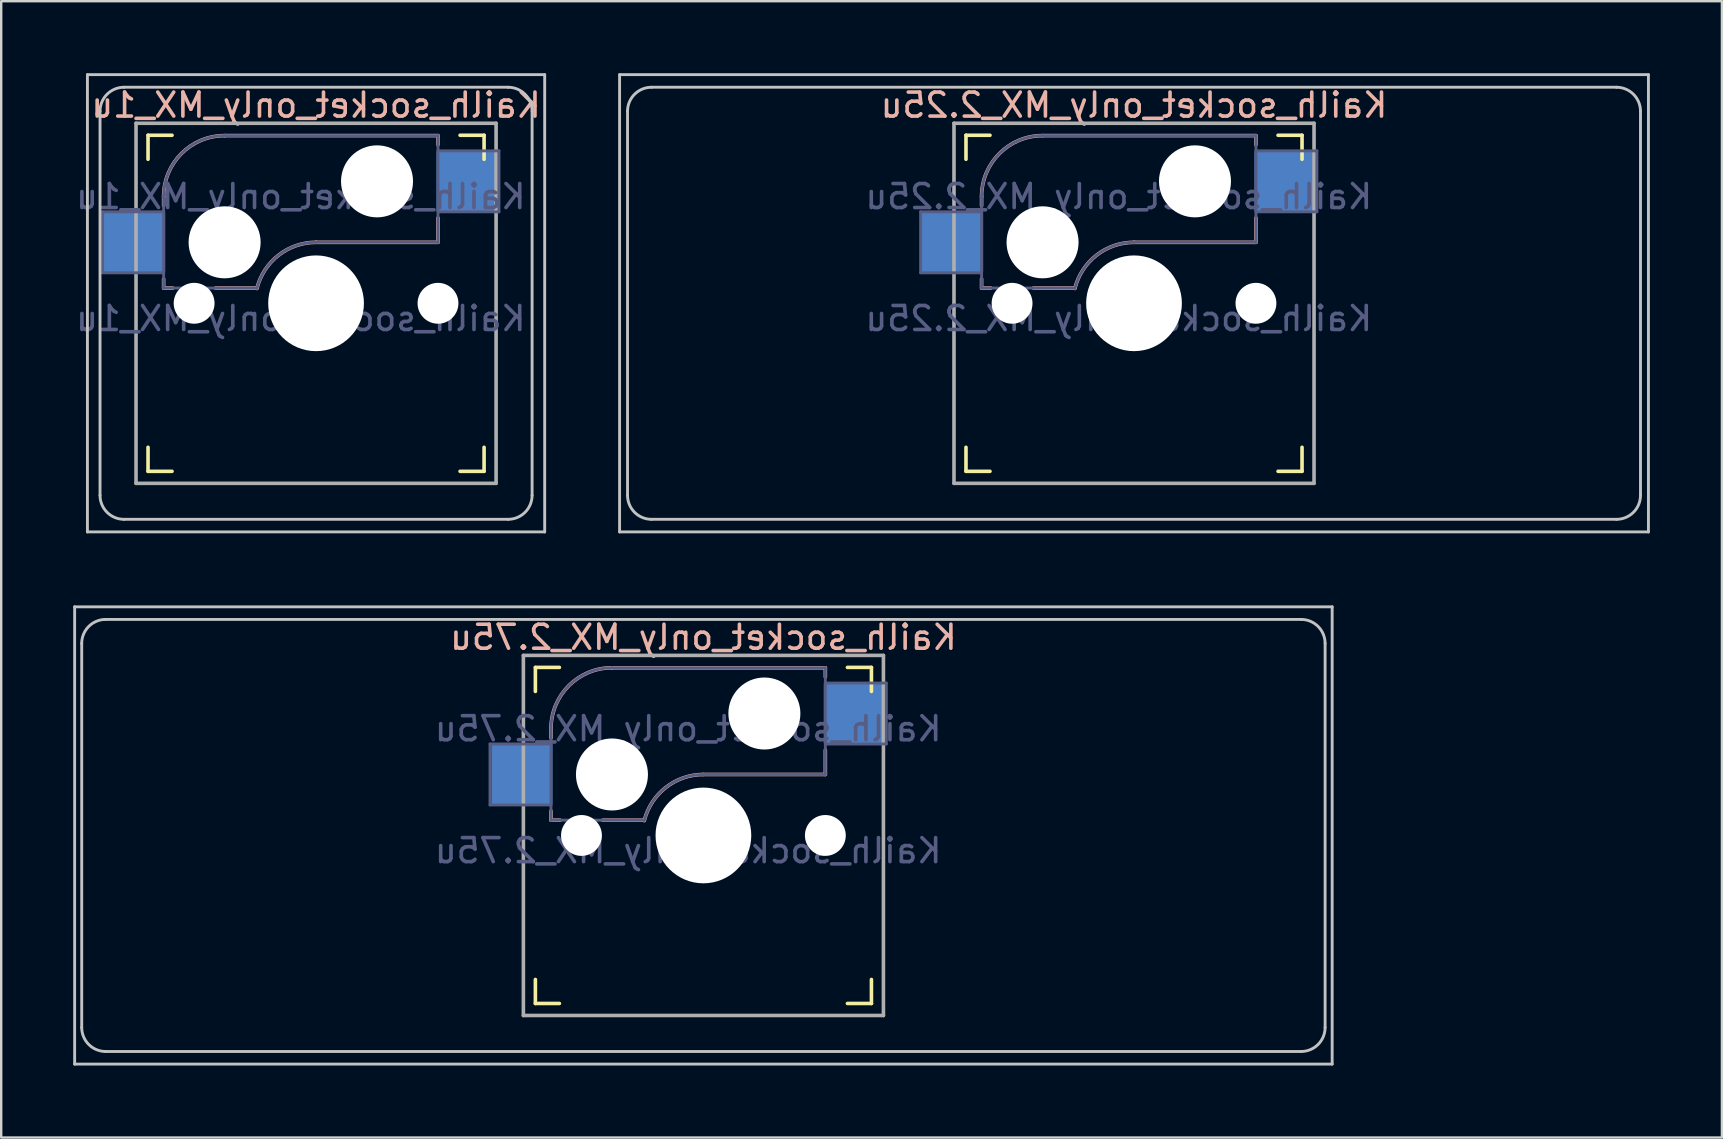
<source format=kicad_pcb>
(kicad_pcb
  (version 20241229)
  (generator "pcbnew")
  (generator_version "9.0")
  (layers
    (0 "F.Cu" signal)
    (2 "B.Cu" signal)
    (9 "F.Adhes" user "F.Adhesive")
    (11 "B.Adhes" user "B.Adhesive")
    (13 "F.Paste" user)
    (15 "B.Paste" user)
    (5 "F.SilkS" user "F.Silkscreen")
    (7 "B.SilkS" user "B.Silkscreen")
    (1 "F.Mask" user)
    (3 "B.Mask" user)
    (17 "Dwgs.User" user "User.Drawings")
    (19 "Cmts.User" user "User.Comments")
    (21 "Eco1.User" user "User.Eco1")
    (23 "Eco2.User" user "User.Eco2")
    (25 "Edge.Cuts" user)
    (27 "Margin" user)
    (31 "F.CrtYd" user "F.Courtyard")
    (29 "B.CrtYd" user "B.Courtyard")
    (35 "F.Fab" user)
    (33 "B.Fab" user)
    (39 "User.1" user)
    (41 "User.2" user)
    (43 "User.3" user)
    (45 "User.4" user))
  (footprint "Kailh_socket_only_MX_1u"
    (layer "F.Cu")
    (at 10.117 9.585)
    (property "Reference" "Kailh_socket_only_MX_1u" (at 0 -8.255 0) (layer "B.SilkS") (effects (font (size 1 1) (thickness 0.15)) (justify mirror)))
    (property "Value" "Kailh_socket_only_MX_1u" (at 0 8.255 0) (layer "F.Fab") (hide yes) (effects (font (size 1 1) (thickness 0.15))))
    (attr smd)
    (fp_line (start -7 -6) (end -7 -7) (stroke (width 0.15) (type solid)) (layer "F.SilkS"))
    (fp_line (start -7 7) (end -7 6) (stroke (width 0.15) (type solid)) (layer "F.SilkS"))
    (fp_line (start -7 7) (end -6 7) (stroke (width 0.15) (type solid)) (layer "F.SilkS"))
    (fp_line (start -6 -7) (end -7 -7) (stroke (width 0.15) (type solid)) (layer "F.SilkS"))
    (fp_line (start 6 7) (end 7 7) (stroke (width 0.15) (type solid)) (layer "F.SilkS"))
    (fp_line (start 7 -7) (end 6 -7) (stroke (width 0.15) (type solid)) (layer "F.SilkS"))
    (fp_line (start 7 -7) (end 7 -6) (stroke (width 0.15) (type solid)) (layer "F.SilkS"))
    (fp_line (start 7 6) (end 7 7) (stroke (width 0.15) (type solid)) (layer "F.SilkS"))
    (fp_line (start -6.35 -4.445) (end -6.35 -4.064) (stroke (width 0.15) (type solid)) (layer "B.SilkS"))
    (fp_line (start -6.35 -1.016) (end -6.35 -0.635) (stroke (width 0.15) (type solid)) (layer "B.SilkS"))
    (fp_line (start -5.969 -0.635) (end -6.35 -0.635) (stroke (width 0.15) (type solid)) (layer "B.SilkS"))
    (fp_line (start -3.81 -6.985) (end 5.08 -6.985) (stroke (width 0.15) (type solid)) (layer "B.SilkS"))
    (fp_line (start -2.464 -0.635) (end -4.191 -0.635) (stroke (width 0.15) (type solid)) (layer "B.SilkS"))
    (fp_line (start 5.08 -6.985) (end 5.08 -6.604) (stroke (width 0.15) (type solid)) (layer "B.SilkS"))
    (fp_line (start 5.08 -3.556) (end 5.08 -2.54) (stroke (width 0.15) (type solid)) (layer "B.SilkS"))
    (fp_line (start 5.08 -2.54) (end 0 -2.54) (stroke (width 0.15) (type solid)) (layer "B.SilkS"))
    (fp_arc (start -6.35 -4.445) (mid -5.606051 -6.241051) (end -3.81 -6.985) (stroke (width 0.15) (type solid)) (layer "B.SilkS"))
    (fp_arc (start -2.464162 -0.61604) (mid -1.563147 -2.002042) (end 0 -2.54) (stroke (width 0.15) (type solid)) (layer "B.SilkS"))
    (fp_line (start -9.525 -9.525) (end 9.525 -9.525) (stroke (width 0.12) (type solid)) (layer "Dwgs.User"))
    (fp_line (start -9.525 9.525) (end -9.525 -9.525) (stroke (width 0.12) (type solid)) (layer "Dwgs.User"))
    (fp_line (start -9 8) (end -9 -8) (stroke (width 0.12) (type solid)) (layer "Dwgs.User"))
    (fp_line (start -8 -9) (end 8 -9) (stroke (width 0.12) (type solid)) (layer "Dwgs.User"))
    (fp_line (start -8 9) (end 8 9) (stroke (width 0.12) (type solid)) (layer "Dwgs.User"))
    (fp_line (start 9 8) (end 9 -8) (stroke (width 0.12) (type solid)) (layer "Dwgs.User"))
    (fp_line (start 9.525 -9.525) (end 9.525 9.525) (stroke (width 0.12) (type solid)) (layer "Dwgs.User"))
    (fp_line (start 9.525 9.525) (end -9.525 9.525) (stroke (width 0.12) (type solid)) (layer "Dwgs.User"))
    (fp_arc (start -9 -8) (mid -8.707107 -8.707107) (end -8 -9) (stroke (width 0.12) (type solid)) (layer "Dwgs.User"))
    (fp_arc (start -8 9) (mid -8.707107 8.707107) (end -9 8) (stroke (width 0.12) (type solid)) (layer "Dwgs.User"))
    (fp_arc (start 8 -9) (mid 8.707107 -8.707107) (end 9 -8) (stroke (width 0.12) (type solid)) (layer "Dwgs.User"))
    (fp_arc (start 9 8) (mid 8.707107 8.707107) (end 8 9) (stroke (width 0.12) (type solid)) (layer "Dwgs.User"))
    (fp_line (start -6.9 6.9) (end -6.9 -6.9) (stroke (width 0.15) (type solid)) (layer "Eco2.User"))
    (fp_line (start -6.9 6.9) (end 6.9 6.9) (stroke (width 0.15) (type solid)) (layer "Eco2.User"))
    (fp_line (start 6.9 -6.9) (end -6.9 -6.9) (stroke (width 0.15) (type solid)) (layer "Eco2.User"))
    (fp_line (start 6.9 -6.9) (end 6.9 6.9) (stroke (width 0.15) (type solid)) (layer "Eco2.User"))
    (fp_line (start -8.89 -3.81) (end -6.35 -3.81) (stroke (width 0.12) (type solid)) (layer "B.Fab"))
    (fp_line (start -8.89 -1.27) (end -8.89 -3.81) (stroke (width 0.12) (type solid)) (layer "B.Fab"))
    (fp_line (start -6.35 -1.27) (end -8.89 -1.27) (stroke (width 0.12) (type solid)) (layer "B.Fab"))
    (fp_line (start -6.35 -0.635) (end -6.35 -4.445) (stroke (width 0.12) (type solid)) (layer "B.Fab"))
    (fp_line (start -6.35 -0.635) (end -2.54 -0.635) (stroke (width 0.12) (type solid)) (layer "B.Fab"))
    (fp_line (start -3.81 -6.985) (end 5.08 -6.985) (stroke (width 0.12) (type solid)) (layer "B.Fab"))
    (fp_line (start 5.08 -6.985) (end 5.08 -2.54) (stroke (width 0.12) (type solid)) (layer "B.Fab"))
    (fp_line (start 5.08 -6.35) (end 7.62 -6.35) (stroke (width 0.12) (type solid)) (layer "B.Fab"))
    (fp_line (start 5.08 -2.54) (end 0 -2.54) (stroke (width 0.12) (type solid)) (layer "B.Fab"))
    (fp_line (start 7.62 -6.35) (end 7.62 -3.81) (stroke (width 0.12) (type solid)) (layer "B.Fab"))
    (fp_line (start 7.62 -3.81) (end 5.08 -3.81) (stroke (width 0.12) (type solid)) (layer "B.Fab"))
    (fp_arc (start -6.35 -4.445) (mid -5.606051 -6.241051) (end -3.81 -6.985) (stroke (width 0.12) (type solid)) (layer "B.Fab"))
    (fp_arc (start -2.464162 -0.61604) (mid -1.563147 -2.002042) (end 0 -2.54) (stroke (width 0.12) (type solid)) (layer "B.Fab"))
    (fp_line (start -7.5 -7.5) (end 7.5 -7.5) (stroke (width 0.15) (type solid)) (layer "F.Fab"))
    (fp_line (start -7.5 7.5) (end -7.5 -7.5) (stroke (width 0.15) (type solid)) (layer "F.Fab"))
    (fp_line (start 7.5 -7.5) (end 7.5 7.5) (stroke (width 0.15) (type solid)) (layer "F.Fab"))
    (fp_line (start 7.5 7.5) (end -7.5 7.5) (stroke (width 0.15) (type solid)) (layer "F.Fab"))
    (fp_text user "${VALUE}" (at -0.635 0.635 0) (layer "B.Fab") (effects (font (size 1 1) (thickness 0.15)) (justify mirror)))
    (fp_text user "${REFERENCE}" (at -0.635 -4.445 0) (layer "B.Fab") (effects (font (size 1 1) (thickness 0.15)) (justify mirror)))
    (pad "" np_thru_hole circle (at -5.08 0) (size 1.702 1.702) (drill 1.702) (layers "*.Cu" "*.Mask"))
    (pad "" np_thru_hole circle (at -3.81 -2.54) (size 3 3) (drill 3) (layers "*.Cu" "*.Mask"))
    (pad "" np_thru_hole circle (at 0 0) (size 3.988 3.988) (drill 3.988) (layers "*.Cu" "*.Mask"))
    (pad "" np_thru_hole circle (at 2.54 -5.08) (size 3 3) (drill 3) (layers "*.Cu" "*.Mask"))
    (pad "" np_thru_hole circle (at 5.08 0) (size 1.702 1.702) (drill 1.702) (layers "*.Cu" "*.Mask"))
    (pad "1" smd rect (at 6.29 -5.08) (size 2.55 2.5) (layers "B.Cu" "B.Mask" "B.Paste"))
    (pad "2" smd rect (at -7.56 -2.54) (size 2.55 2.5) (layers "B.Cu" "B.Mask" "B.Paste")))
  (footprint "Kailh_socket_only_MX_2.75u"
    (layer "F.Cu")
    (at 26.254 31.755)
    (property "Reference" "Kailh_socket_only_MX_2.75u" (at 0 -8.255 0) (layer "B.SilkS") (effects (font (size 1 1) (thickness 0.15)) (justify mirror)))
    (property "Value" "Kailh_socket_only_MX_2.75u" (at 0 8.255 0) (layer "F.Fab") (hide yes) (effects (font (size 1 1) (thickness 0.15))))
    (attr smd)
    (fp_line (start -7 -6) (end -7 -7) (stroke (width 0.15) (type solid)) (layer "F.SilkS"))
    (fp_line (start -7 7) (end -7 6) (stroke (width 0.15) (type solid)) (layer "F.SilkS"))
    (fp_line (start -7 7) (end -6 7) (stroke (width 0.15) (type solid)) (layer "F.SilkS"))
    (fp_line (start -6 -7) (end -7 -7) (stroke (width 0.15) (type solid)) (layer "F.SilkS"))
    (fp_line (start 6 7) (end 7 7) (stroke (width 0.15) (type solid)) (layer "F.SilkS"))
    (fp_line (start 7 -7) (end 6 -7) (stroke (width 0.15) (type solid)) (layer "F.SilkS"))
    (fp_line (start 7 -7) (end 7 -6) (stroke (width 0.15) (type solid)) (layer "F.SilkS"))
    (fp_line (start 7 6) (end 7 7) (stroke (width 0.15) (type solid)) (layer "F.SilkS"))
    (fp_line (start -6.35 -4.445) (end -6.35 -4.064) (stroke (width 0.15) (type solid)) (layer "B.SilkS"))
    (fp_line (start -6.35 -1.016) (end -6.35 -0.635) (stroke (width 0.15) (type solid)) (layer "B.SilkS"))
    (fp_line (start -5.969 -0.635) (end -6.35 -0.635) (stroke (width 0.15) (type solid)) (layer "B.SilkS"))
    (fp_line (start -3.81 -6.985) (end 5.08 -6.985) (stroke (width 0.15) (type solid)) (layer "B.SilkS"))
    (fp_line (start -2.464 -0.635) (end -4.191 -0.635) (stroke (width 0.15) (type solid)) (layer "B.SilkS"))
    (fp_line (start 5.08 -6.985) (end 5.08 -6.604) (stroke (width 0.15) (type solid)) (layer "B.SilkS"))
    (fp_line (start 5.08 -3.556) (end 5.08 -2.54) (stroke (width 0.15) (type solid)) (layer "B.SilkS"))
    (fp_line (start 5.08 -2.54) (end 0 -2.54) (stroke (width 0.15) (type solid)) (layer "B.SilkS"))
    (fp_arc (start -6.35 -4.445) (mid -5.606051 -6.241051) (end -3.81 -6.985) (stroke (width 0.15) (type solid)) (layer "B.SilkS"))
    (fp_arc (start -2.464162 -0.61604) (mid -1.563147 -2.002042) (end 0 -2.54) (stroke (width 0.15) (type solid)) (layer "B.SilkS"))
    (fp_line (start -26.194 -9.525) (end 26.194 -9.525) (stroke (width 0.12) (type solid)) (layer "Dwgs.User"))
    (fp_line (start -26.194 9.525) (end -26.194 -9.525) (stroke (width 0.12) (type solid)) (layer "Dwgs.User"))
    (fp_line (start -25.9 8) (end -25.9 -8) (stroke (width 0.12) (type solid)) (layer "Dwgs.User"))
    (fp_line (start -24.9 -9) (end 24.9 -9) (stroke (width 0.12) (type solid)) (layer "Dwgs.User"))
    (fp_line (start -24.9 9) (end 24.9 9) (stroke (width 0.12) (type solid)) (layer "Dwgs.User"))
    (fp_line (start 25.9 8) (end 25.9 -8) (stroke (width 0.12) (type solid)) (layer "Dwgs.User"))
    (fp_line (start 26.194 -9.525) (end 26.194 9.525) (stroke (width 0.12) (type solid)) (layer "Dwgs.User"))
    (fp_line (start 26.194 9.525) (end -26.194 9.525) (stroke (width 0.12) (type solid)) (layer "Dwgs.User"))
    (fp_arc (start -25.9 -8) (mid -25.607107 -8.707107) (end -24.9 -9) (stroke (width 0.12) (type solid)) (layer "Dwgs.User"))
    (fp_arc (start -24.9 9) (mid -25.607107 8.707107) (end -25.9 8) (stroke (width 0.12) (type solid)) (layer "Dwgs.User"))
    (fp_arc (start 24.9 -9) (mid 25.607107 -8.707107) (end 25.9 -8) (stroke (width 0.12) (type solid)) (layer "Dwgs.User"))
    (fp_arc (start 25.9 8) (mid 25.607107 8.707107) (end 24.9 9) (stroke (width 0.12) (type solid)) (layer "Dwgs.User"))
    (fp_line (start -6.9 6.9) (end -6.9 -6.9) (stroke (width 0.15) (type solid)) (layer "Eco2.User"))
    (fp_line (start -6.9 6.9) (end 6.9 6.9) (stroke (width 0.15) (type solid)) (layer "Eco2.User"))
    (fp_line (start 6.9 -6.9) (end -6.9 -6.9) (stroke (width 0.15) (type solid)) (layer "Eco2.User"))
    (fp_line (start 6.9 -6.9) (end 6.9 6.9) (stroke (width 0.15) (type solid)) (layer "Eco2.User"))
    (fp_line (start -8.89 -3.81) (end -6.35 -3.81) (stroke (width 0.12) (type solid)) (layer "B.Fab"))
    (fp_line (start -8.89 -1.27) (end -8.89 -3.81) (stroke (width 0.12) (type solid)) (layer "B.Fab"))
    (fp_line (start -6.35 -1.27) (end -8.89 -1.27) (stroke (width 0.12) (type solid)) (layer "B.Fab"))
    (fp_line (start -6.35 -0.635) (end -6.35 -4.445) (stroke (width 0.12) (type solid)) (layer "B.Fab"))
    (fp_line (start -6.35 -0.635) (end -2.54 -0.635) (stroke (width 0.12) (type solid)) (layer "B.Fab"))
    (fp_line (start -3.81 -6.985) (end 5.08 -6.985) (stroke (width 0.12) (type solid)) (layer "B.Fab"))
    (fp_line (start 5.08 -6.985) (end 5.08 -2.54) (stroke (width 0.12) (type solid)) (layer "B.Fab"))
    (fp_line (start 5.08 -6.35) (end 7.62 -6.35) (stroke (width 0.12) (type solid)) (layer "B.Fab"))
    (fp_line (start 5.08 -2.54) (end 0 -2.54) (stroke (width 0.12) (type solid)) (layer "B.Fab"))
    (fp_line (start 7.62 -6.35) (end 7.62 -3.81) (stroke (width 0.12) (type solid)) (layer "B.Fab"))
    (fp_line (start 7.62 -3.81) (end 5.08 -3.81) (stroke (width 0.12) (type solid)) (layer "B.Fab"))
    (fp_arc (start -6.35 -4.445) (mid -5.606051 -6.241051) (end -3.81 -6.985) (stroke (width 0.12) (type solid)) (layer "B.Fab"))
    (fp_arc (start -2.464162 -0.61604) (mid -1.563147 -2.002042) (end 0 -2.54) (stroke (width 0.12) (type solid)) (layer "B.Fab"))
    (fp_line (start -7.5 -7.5) (end 7.5 -7.5) (stroke (width 0.15) (type solid)) (layer "F.Fab"))
    (fp_line (start -7.5 7.5) (end -7.5 -7.5) (stroke (width 0.15) (type solid)) (layer "F.Fab"))
    (fp_line (start 7.5 -7.5) (end 7.5 7.5) (stroke (width 0.15) (type solid)) (layer "F.Fab"))
    (fp_line (start 7.5 7.5) (end -7.5 7.5) (stroke (width 0.15) (type solid)) (layer "F.Fab"))
    (fp_text user "${REFERENCE}" (at -0.635 -4.445 0) (layer "B.Fab") (effects (font (size 1 1) (thickness 0.15)) (justify mirror)))
    (fp_text user "${VALUE}" (at -0.635 0.635 0) (layer "B.Fab") (effects (font (size 1 1) (thickness 0.15)) (justify mirror)))
    (pad "" np_thru_hole circle (at -5.08 0) (size 1.702 1.702) (drill 1.702) (layers "*.Cu" "*.Mask"))
    (pad "" np_thru_hole circle (at -3.81 -2.54) (size 3 3) (drill 3) (layers "*.Cu" "*.Mask"))
    (pad "" np_thru_hole circle (at 0 0) (size 3.988 3.988) (drill 3.988) (layers "*.Cu" "*.Mask"))
    (pad "" np_thru_hole circle (at 2.54 -5.08) (size 3 3) (drill 3) (layers "*.Cu" "*.Mask"))
    (pad "" np_thru_hole circle (at 5.08 0) (size 1.702 1.702) (drill 1.702) (layers "*.Cu" "*.Mask"))
    (pad "1" smd rect (at 6.29 -5.08) (size 2.55 2.5) (layers "B.Cu" "B.Mask" "B.Paste"))
    (pad "2" smd rect (at -7.56 -2.54) (size 2.55 2.5) (layers "B.Cu" "B.Mask" "B.Paste")))
  (footprint "Kailh_socket_only_MX_2.25u"
    (layer "F.Cu")
    (at 44.193 9.585)
    (property "Reference" "Kailh_socket_only_MX_2.25u" (at 0 -8.255 0) (layer "B.SilkS") (effects (font (size 1 1) (thickness 0.15)) (justify mirror)))
    (property "Value" "Kailh_socket_only_MX_2.25u" (at 0 8.255 0) (layer "F.Fab") (hide yes) (effects (font (size 1 1) (thickness 0.15))))
    (attr smd)
    (fp_line (start -7 -6) (end -7 -7) (stroke (width 0.15) (type solid)) (layer "F.SilkS"))
    (fp_line (start -7 7) (end -7 6) (stroke (width 0.15) (type solid)) (layer "F.SilkS"))
    (fp_line (start -7 7) (end -6 7) (stroke (width 0.15) (type solid)) (layer "F.SilkS"))
    (fp_line (start -6 -7) (end -7 -7) (stroke (width 0.15) (type solid)) (layer "F.SilkS"))
    (fp_line (start 6 7) (end 7 7) (stroke (width 0.15) (type solid)) (layer "F.SilkS"))
    (fp_line (start 7 -7) (end 6 -7) (stroke (width 0.15) (type solid)) (layer "F.SilkS"))
    (fp_line (start 7 -7) (end 7 -6) (stroke (width 0.15) (type solid)) (layer "F.SilkS"))
    (fp_line (start 7 6) (end 7 7) (stroke (width 0.15) (type solid)) (layer "F.SilkS"))
    (fp_line (start -6.35 -4.445) (end -6.35 -4.064) (stroke (width 0.15) (type solid)) (layer "B.SilkS"))
    (fp_line (start -6.35 -1.016) (end -6.35 -0.635) (stroke (width 0.15) (type solid)) (layer "B.SilkS"))
    (fp_line (start -5.969 -0.635) (end -6.35 -0.635) (stroke (width 0.15) (type solid)) (layer "B.SilkS"))
    (fp_line (start -3.81 -6.985) (end 5.08 -6.985) (stroke (width 0.15) (type solid)) (layer "B.SilkS"))
    (fp_line (start -2.464 -0.635) (end -4.191 -0.635) (stroke (width 0.15) (type solid)) (layer "B.SilkS"))
    (fp_line (start 5.08 -6.985) (end 5.08 -6.604) (stroke (width 0.15) (type solid)) (layer "B.SilkS"))
    (fp_line (start 5.08 -3.556) (end 5.08 -2.54) (stroke (width 0.15) (type solid)) (layer "B.SilkS"))
    (fp_line (start 5.08 -2.54) (end 0 -2.54) (stroke (width 0.15) (type solid)) (layer "B.SilkS"))
    (fp_arc (start -6.35 -4.445) (mid -5.606051 -6.241051) (end -3.81 -6.985) (stroke (width 0.15) (type solid)) (layer "B.SilkS"))
    (fp_arc (start -2.464162 -0.61604) (mid -1.563147 -2.002042) (end 0 -2.54) (stroke (width 0.15) (type solid)) (layer "B.SilkS"))
    (fp_line (start -21.431 -9.525) (end 21.431 -9.525) (stroke (width 0.12) (type solid)) (layer "Dwgs.User"))
    (fp_line (start -21.431 9.525) (end -21.431 -9.525) (stroke (width 0.12) (type solid)) (layer "Dwgs.User"))
    (fp_line (start -21.1 8) (end -21.1 -8) (stroke (width 0.12) (type solid)) (layer "Dwgs.User"))
    (fp_line (start -20.1 -9) (end 20.1 -9) (stroke (width 0.12) (type solid)) (layer "Dwgs.User"))
    (fp_line (start -20.1 9) (end 20.1 9) (stroke (width 0.12) (type solid)) (layer "Dwgs.User"))
    (fp_line (start 21.1 8) (end 21.1 -8) (stroke (width 0.12) (type solid)) (layer "Dwgs.User"))
    (fp_line (start 21.431 -9.525) (end 21.431 9.525) (stroke (width 0.12) (type solid)) (layer "Dwgs.User"))
    (fp_line (start 21.431 9.525) (end -21.431 9.525) (stroke (width 0.12) (type solid)) (layer "Dwgs.User"))
    (fp_arc (start -21.1 -8) (mid -20.807107 -8.707107) (end -20.1 -9) (stroke (width 0.12) (type solid)) (layer "Dwgs.User"))
    (fp_arc (start -20.1 9) (mid -20.807107 8.707107) (end -21.1 8) (stroke (width 0.12) (type solid)) (layer "Dwgs.User"))
    (fp_arc (start 20.1 -9) (mid 20.807107 -8.707107) (end 21.1 -8) (stroke (width 0.12) (type solid)) (layer "Dwgs.User"))
    (fp_arc (start 21.1 8) (mid 20.807107 8.707107) (end 20.1 9) (stroke (width 0.12) (type solid)) (layer "Dwgs.User"))
    (fp_line (start -6.9 6.9) (end -6.9 -6.9) (stroke (width 0.15) (type solid)) (layer "Eco2.User"))
    (fp_line (start -6.9 6.9) (end 6.9 6.9) (stroke (width 0.15) (type solid)) (layer "Eco2.User"))
    (fp_line (start 6.9 -6.9) (end -6.9 -6.9) (stroke (width 0.15) (type solid)) (layer "Eco2.User"))
    (fp_line (start 6.9 -6.9) (end 6.9 6.9) (stroke (width 0.15) (type solid)) (layer "Eco2.User"))
    (fp_line (start -8.89 -3.81) (end -6.35 -3.81) (stroke (width 0.12) (type solid)) (layer "B.Fab"))
    (fp_line (start -8.89 -1.27) (end -8.89 -3.81) (stroke (width 0.12) (type solid)) (layer "B.Fab"))
    (fp_line (start -6.35 -1.27) (end -8.89 -1.27) (stroke (width 0.12) (type solid)) (layer "B.Fab"))
    (fp_line (start -6.35 -0.635) (end -6.35 -4.445) (stroke (width 0.12) (type solid)) (layer "B.Fab"))
    (fp_line (start -6.35 -0.635) (end -2.54 -0.635) (stroke (width 0.12) (type solid)) (layer "B.Fab"))
    (fp_line (start -3.81 -6.985) (end 5.08 -6.985) (stroke (width 0.12) (type solid)) (layer "B.Fab"))
    (fp_line (start 5.08 -6.985) (end 5.08 -2.54) (stroke (width 0.12) (type solid)) (layer "B.Fab"))
    (fp_line (start 5.08 -6.35) (end 7.62 -6.35) (stroke (width 0.12) (type solid)) (layer "B.Fab"))
    (fp_line (start 5.08 -2.54) (end 0 -2.54) (stroke (width 0.12) (type solid)) (layer "B.Fab"))
    (fp_line (start 7.62 -6.35) (end 7.62 -3.81) (stroke (width 0.12) (type solid)) (layer "B.Fab"))
    (fp_line (start 7.62 -3.81) (end 5.08 -3.81) (stroke (width 0.12) (type solid)) (layer "B.Fab"))
    (fp_arc (start -6.35 -4.445) (mid -5.606051 -6.241051) (end -3.81 -6.985) (stroke (width 0.12) (type solid)) (layer "B.Fab"))
    (fp_arc (start -2.464162 -0.61604) (mid -1.563147 -2.002042) (end 0 -2.54) (stroke (width 0.12) (type solid)) (layer "B.Fab"))
    (fp_line (start -7.5 -7.5) (end 7.5 -7.5) (stroke (width 0.15) (type solid)) (layer "F.Fab"))
    (fp_line (start -7.5 7.5) (end -7.5 -7.5) (stroke (width 0.15) (type solid)) (layer "F.Fab"))
    (fp_line (start 7.5 -7.5) (end 7.5 7.5) (stroke (width 0.15) (type solid)) (layer "F.Fab"))
    (fp_line (start 7.5 7.5) (end -7.5 7.5) (stroke (width 0.15) (type solid)) (layer "F.Fab"))
    (fp_text user "${REFERENCE}" (at -0.635 -4.445 0) (layer "B.Fab") (effects (font (size 1 1) (thickness 0.15)) (justify mirror)))
    (fp_text user "${VALUE}" (at -0.635 0.635 0) (layer "B.Fab") (effects (font (size 1 1) (thickness 0.15)) (justify mirror)))
    (pad "" np_thru_hole circle (at -5.08 0) (size 1.702 1.702) (drill 1.702) (layers "*.Cu" "*.Mask"))
    (pad "" np_thru_hole circle (at -3.81 -2.54) (size 3 3) (drill 3) (layers "*.Cu" "*.Mask"))
    (pad "" np_thru_hole circle (at 0 0) (size 3.988 3.988) (drill 3.988) (layers "*.Cu" "*.Mask"))
    (pad "" np_thru_hole circle (at 2.54 -5.08) (size 3 3) (drill 3) (layers "*.Cu" "*.Mask"))
    (pad "" np_thru_hole circle (at 5.08 0) (size 1.702 1.702) (drill 1.702) (layers "*.Cu" "*.Mask"))
    (pad "1" smd rect (at 6.29 -5.08) (size 2.55 2.5) (layers "B.Cu" "B.Mask" "B.Paste"))
    (pad "2" smd rect (at -7.56 -2.54) (size 2.55 2.5) (layers "B.Cu" "B.Mask" "B.Paste")))
  (gr_rect
    (start -3 -3)
    (end 68.685 44.34)
    (stroke (width 0.1) (type default))
    (fill no)
    (layer "Edge.Cuts")))
</source>
